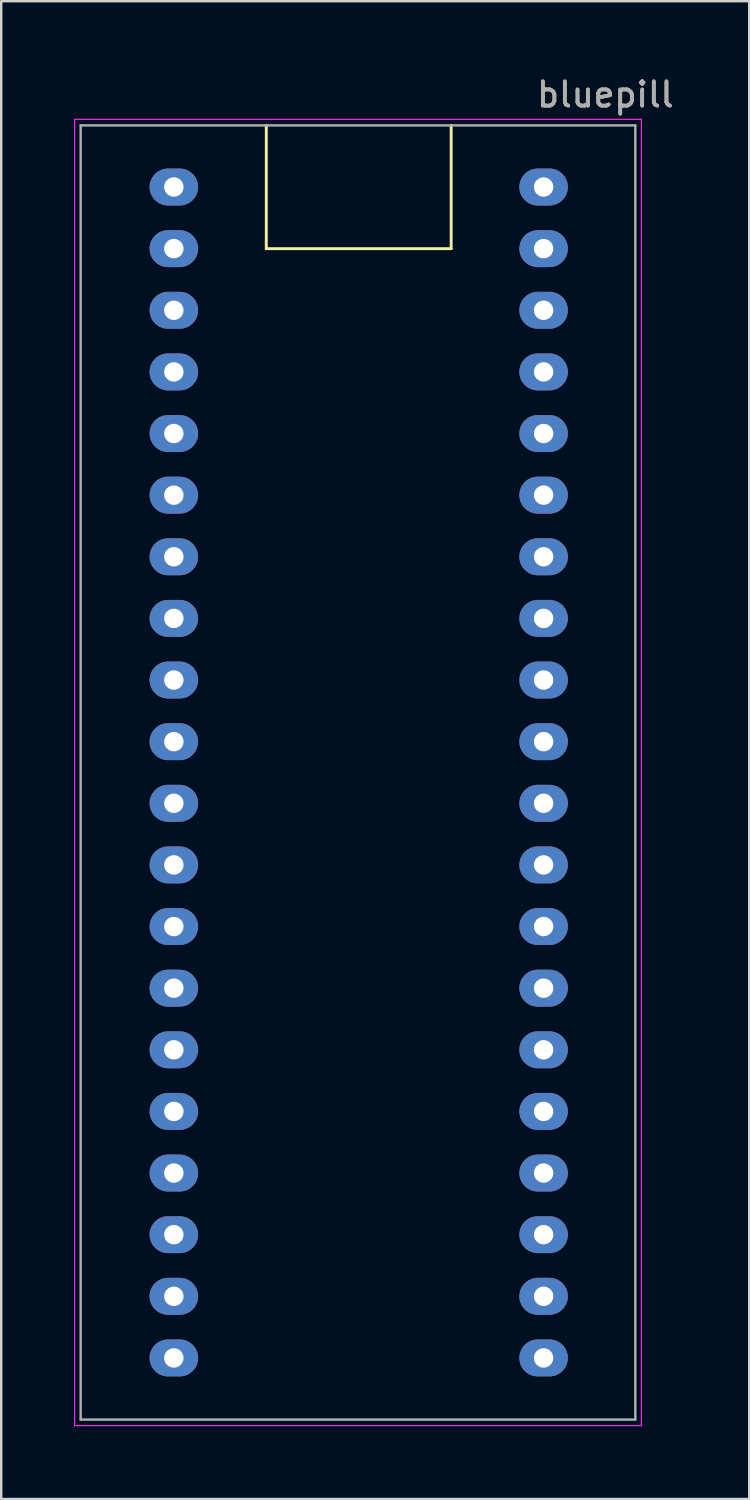
<source format=kicad_pcb>
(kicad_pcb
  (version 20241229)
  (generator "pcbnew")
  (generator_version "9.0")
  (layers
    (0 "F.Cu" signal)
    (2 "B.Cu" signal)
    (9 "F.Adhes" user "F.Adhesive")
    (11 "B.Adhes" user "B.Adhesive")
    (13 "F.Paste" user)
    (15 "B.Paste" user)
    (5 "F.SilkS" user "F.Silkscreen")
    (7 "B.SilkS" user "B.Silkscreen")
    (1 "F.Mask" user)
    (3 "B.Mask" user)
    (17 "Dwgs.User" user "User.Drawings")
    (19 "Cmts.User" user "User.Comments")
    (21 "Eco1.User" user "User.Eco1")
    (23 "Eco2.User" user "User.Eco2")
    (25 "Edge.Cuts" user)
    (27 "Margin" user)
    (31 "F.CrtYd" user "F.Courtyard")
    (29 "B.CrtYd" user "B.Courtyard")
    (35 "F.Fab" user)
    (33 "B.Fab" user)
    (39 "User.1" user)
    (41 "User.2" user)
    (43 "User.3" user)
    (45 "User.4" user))
  (footprint "bluepill"
    (layer "F.Cu")
    (at 4.115 4.658)
    (property "Reference" "bluepill" (at 17.78 -3.81 0) (layer "F.SilkS") (effects (font (size 1 1) (thickness 0.15))))
    (attr through_hole)
    (fp_line (start 3.81 2.54) (end 3.81 -2.54) (stroke (width 0.12) (type solid)) (layer "F.SilkS"))
    (fp_line (start 11.43 -2.54) (end 11.43 2.54) (stroke (width 0.12) (type solid)) (layer "F.SilkS"))
    (fp_line (start 11.43 2.54) (end 3.81 2.54) (stroke (width 0.12) (type solid)) (layer "F.SilkS"))
    (fp_line (start -4.09 -2.79) (end -4.09 51.05) (stroke (width 0.05) (type solid)) (layer "F.CrtYd"))
    (fp_line (start -4.09 51.05) (end 19.27 51.05) (stroke (width 0.05) (type solid)) (layer "F.CrtYd"))
    (fp_line (start 19.27 -2.79) (end -4.09 -2.79) (stroke (width 0.05) (type solid)) (layer "F.CrtYd"))
    (fp_line (start 19.27 51.05) (end 19.27 -2.79) (stroke (width 0.05) (type solid)) (layer "F.CrtYd"))
    (fp_line (start -3.84 -2.54) (end -3.84 50.8) (stroke (width 0.1) (type solid)) (layer "F.Fab"))
    (fp_line (start -3.84 50.8) (end 19.02 50.8) (stroke (width 0.1) (type solid)) (layer "F.Fab"))
    (fp_line (start 19.02 -2.54) (end -3.84 -2.54) (stroke (width 0.1) (type solid)) (layer "F.Fab"))
    (fp_line (start 19.02 50.8) (end 19.02 -2.54) (stroke (width 0.1) (type solid)) (layer "F.Fab"))
    (fp_text user "${REFERENCE}" (at 17.78 -3.81 0) (layer "F.Fab") (effects (font (size 1 1) (thickness 0.15))))
    (pad "1" thru_hole oval (at 0 0) (size 2 1.524) (drill 0.8) (layers "*.Cu" "*.Mask"))
    (pad "2" thru_hole oval (at 0 2.54) (size 2 1.524) (drill 0.8) (layers "*.Cu" "*.Mask"))
    (pad "3" thru_hole oval (at 0 5.08) (size 2 1.524) (drill 0.8) (layers "*.Cu" "*.Mask"))
    (pad "4" thru_hole oval (at 0 7.62) (size 2 1.524) (drill 0.8) (layers "*.Cu" "*.Mask"))
    (pad "5" thru_hole oval (at 0 10.16) (size 2 1.524) (drill 0.8) (layers "*.Cu" "*.Mask"))
    (pad "6" thru_hole oval (at 0 12.7) (size 2 1.524) (drill 0.8) (layers "*.Cu" "*.Mask"))
    (pad "7" thru_hole oval (at 0 15.24) (size 2 1.524) (drill 0.8) (layers "*.Cu" "*.Mask"))
    (pad "8" thru_hole oval (at 0 17.78) (size 2 1.524) (drill 0.8) (layers "*.Cu" "*.Mask"))
    (pad "9" thru_hole oval (at 0 20.32) (size 2 1.524) (drill 0.8) (layers "*.Cu" "*.Mask"))
    (pad "10" thru_hole oval (at 0 22.86) (size 2 1.524) (drill 0.8) (layers "*.Cu" "*.Mask"))
    (pad "11" thru_hole oval (at 0 25.4) (size 2 1.524) (drill 0.8) (layers "*.Cu" "*.Mask"))
    (pad "12" thru_hole oval (at 0 27.94) (size 2 1.524) (drill 0.8) (layers "*.Cu" "*.Mask"))
    (pad "13" thru_hole oval (at 0 30.48) (size 2 1.524) (drill 0.8) (layers "*.Cu" "*.Mask"))
    (pad "14" thru_hole oval (at 0 33.02) (size 2 1.524) (drill 0.8) (layers "*.Cu" "*.Mask"))
    (pad "15" thru_hole oval (at 0 35.56) (size 2 1.524) (drill 0.8) (layers "*.Cu" "*.Mask"))
    (pad "16" thru_hole oval (at 0 38.1) (size 2 1.524) (drill 0.8) (layers "*.Cu" "*.Mask"))
    (pad "17" thru_hole oval (at 0 40.64) (size 2 1.524) (drill 0.8) (layers "*.Cu" "*.Mask"))
    (pad "18" thru_hole oval (at 0 43.18) (size 2 1.524) (drill 0.8) (layers "*.Cu" "*.Mask"))
    (pad "19" thru_hole oval (at 0 45.72) (size 2 1.524) (drill 0.8) (layers "*.Cu" "*.Mask"))
    (pad "20" thru_hole oval (at 0 48.26) (size 2 1.524) (drill 0.8) (layers "*.Cu" "*.Mask"))
    (pad "21" thru_hole oval (at 15.24 48.26) (size 2 1.524) (drill 0.8) (layers "*.Cu" "*.Mask"))
    (pad "22" thru_hole oval (at 15.24 45.72) (size 2 1.524) (drill 0.8) (layers "*.Cu" "*.Mask"))
    (pad "23" thru_hole oval (at 15.24 43.18) (size 2 1.524) (drill 0.8) (layers "*.Cu" "*.Mask"))
    (pad "24" thru_hole oval (at 15.24 40.64) (size 2 1.524) (drill 0.8) (layers "*.Cu" "*.Mask"))
    (pad "25" thru_hole oval (at 15.24 38.1) (size 2 1.524) (drill 0.8) (layers "*.Cu" "*.Mask"))
    (pad "26" thru_hole oval (at 15.24 35.56) (size 2 1.524) (drill 0.8) (layers "*.Cu" "*.Mask"))
    (pad "27" thru_hole oval (at 15.24 33.02) (size 2 1.524) (drill 0.8) (layers "*.Cu" "*.Mask"))
    (pad "28" thru_hole oval (at 15.24 30.48) (size 2 1.524) (drill 0.8) (layers "*.Cu" "*.Mask"))
    (pad "29" thru_hole oval (at 15.24 27.94) (size 2 1.524) (drill 0.8) (layers "*.Cu" "*.Mask"))
    (pad "30" thru_hole oval (at 15.24 25.4) (size 2 1.524) (drill 0.8) (layers "*.Cu" "*.Mask"))
    (pad "31" thru_hole oval (at 15.24 22.86) (size 2 1.524) (drill 0.8) (layers "*.Cu" "*.Mask"))
    (pad "32" thru_hole oval (at 15.24 20.32) (size 2 1.524) (drill 0.8) (layers "*.Cu" "*.Mask"))
    (pad "33" thru_hole oval (at 15.24 17.78) (size 2 1.524) (drill 0.8) (layers "*.Cu" "*.Mask"))
    (pad "34" thru_hole oval (at 15.24 15.24) (size 2 1.524) (drill 0.8) (layers "*.Cu" "*.Mask"))
    (pad "35" thru_hole oval (at 15.24 12.7) (size 2 1.524) (drill 0.8) (layers "*.Cu" "*.Mask"))
    (pad "36" thru_hole oval (at 15.24 10.16) (size 2 1.524) (drill 0.8) (layers "*.Cu" "*.Mask"))
    (pad "37" thru_hole oval (at 15.24 7.62) (size 2 1.524) (drill 0.8) (layers "*.Cu" "*.Mask"))
    (pad "38" thru_hole oval (at 15.24 5.08) (size 2 1.524) (drill 0.8) (layers "*.Cu" "*.Mask"))
    (pad "39" thru_hole oval (at 15.24 2.54) (size 2 1.524) (drill 0.8) (layers "*.Cu" "*.Mask"))
    (pad "40" thru_hole oval (at 15.24 0) (size 2 1.524) (drill 0.8) (layers "*.Cu" "*.Mask")))
  (gr_rect
    (start -3 -3)
    (end 27.83 58.733)
    (stroke (width 0.1) (type default))
    (fill no)
    (layer "Edge.Cuts")))
</source>
